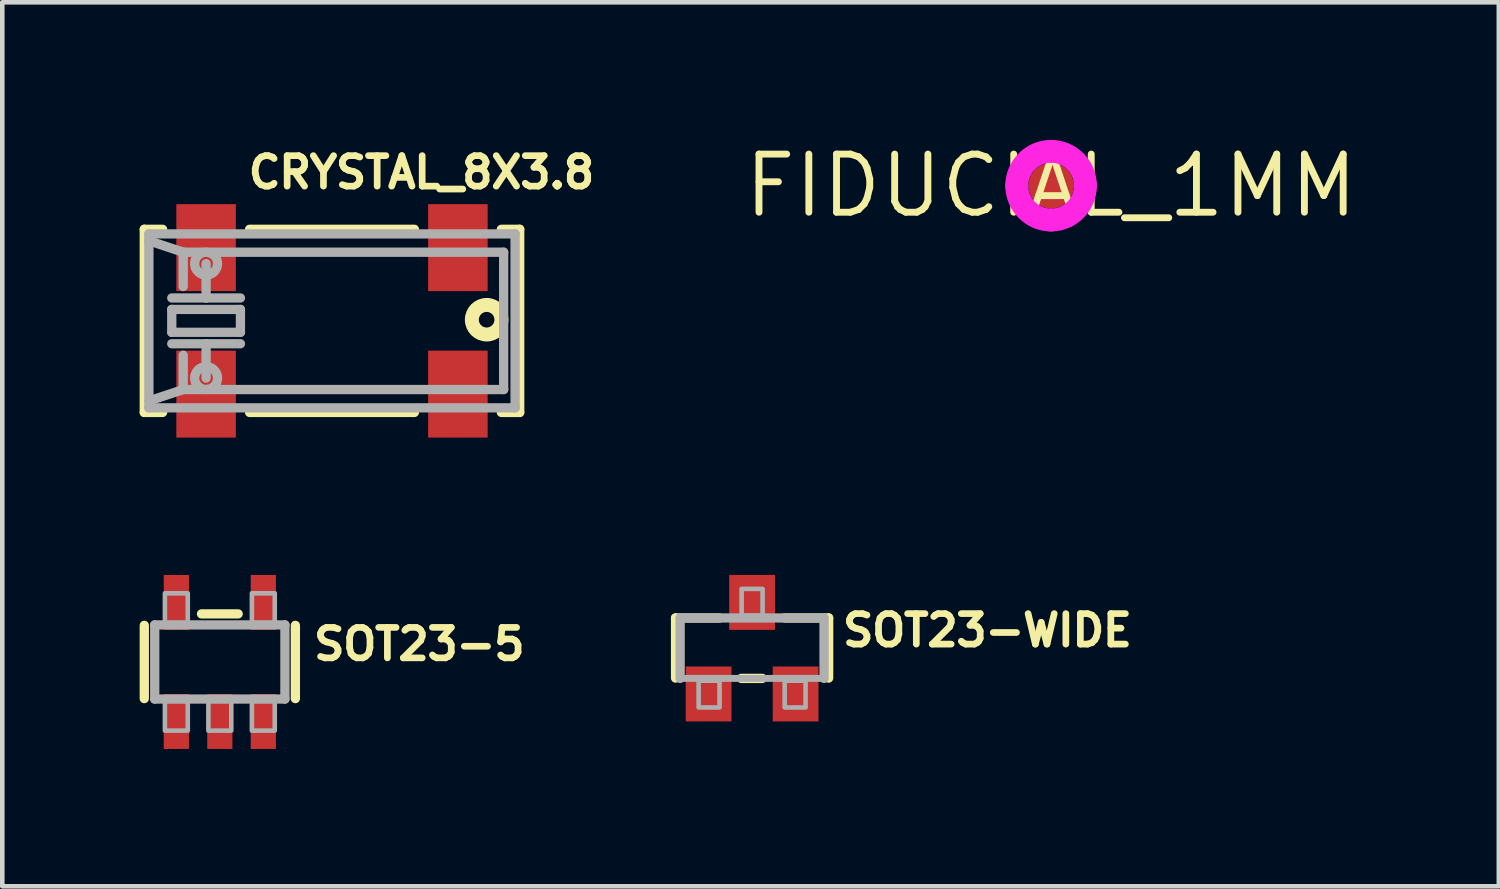
<source format=kicad_pcb>
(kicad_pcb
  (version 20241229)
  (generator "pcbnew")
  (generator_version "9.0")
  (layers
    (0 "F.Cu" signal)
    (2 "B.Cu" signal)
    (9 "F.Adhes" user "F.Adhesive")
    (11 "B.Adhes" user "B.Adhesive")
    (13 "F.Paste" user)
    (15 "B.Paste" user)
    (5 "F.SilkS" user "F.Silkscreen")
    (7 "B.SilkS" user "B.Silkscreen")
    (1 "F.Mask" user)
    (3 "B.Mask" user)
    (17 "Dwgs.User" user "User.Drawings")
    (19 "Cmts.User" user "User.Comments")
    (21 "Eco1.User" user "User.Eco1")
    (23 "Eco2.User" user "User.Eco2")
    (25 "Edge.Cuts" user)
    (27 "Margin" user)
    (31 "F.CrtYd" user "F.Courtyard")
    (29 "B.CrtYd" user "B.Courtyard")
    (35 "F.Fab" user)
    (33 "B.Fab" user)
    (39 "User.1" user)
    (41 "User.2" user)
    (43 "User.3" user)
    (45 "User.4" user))
  (footprint "SOT23-WIDE"
    (layer "F.Cu")
    (at 13.379 11.109)
    (property "Reference" "SOT23-WIDE" (at 1.905 0 0) (layer "F.SilkS") (effects (font (size 0.666 0.666) (thickness 0.146)) (justify left bottom)))
    (fp_line (start -1.672 -0.66) (end -0.714 -0.66) (stroke (width 0.203) (type solid)) (layer "F.SilkS"))
    (fp_line (start -1.672 0.652) (end -1.672 -0.66) (stroke (width 0.203) (type solid)) (layer "F.SilkS"))
    (fp_line (start 0.222 0.66) (end -0.236 0.66) (stroke (width 0.203) (type solid)) (layer "F.SilkS"))
    (fp_line (start 0.714 -0.66) (end 1.672 -0.66) (stroke (width 0.203) (type solid)) (layer "F.SilkS"))
    (fp_line (start 1.672 -0.66) (end 1.672 0.652) (stroke (width 0.203) (type solid)) (layer "F.SilkS"))
    (fp_line (start -1.572 -0.66) (end 1.572 -0.66) (stroke (width 0.203) (type solid)) (layer "F.Fab"))
    (fp_line (start -1.572 0.66) (end -1.572 -0.66) (stroke (width 0.203) (type solid)) (layer "F.Fab"))
    (fp_line (start 1.572 -0.66) (end 1.572 0.66) (stroke (width 0.203) (type solid)) (layer "F.Fab"))
    (fp_line (start 1.572 0.66) (end -1.572 0.66) (stroke (width 0.152) (type solid)) (layer "F.Fab"))
    (fp_poly (pts (xy -1.168 1.295) (xy -0.711 1.295) (xy -0.711 0.711) (xy -1.168 0.711)) (stroke (width 0.1) (type solid)) (fill no) (layer "F.Fab"))
    (fp_poly (pts (xy -0.229 -0.711) (xy 0.229 -0.711) (xy 0.229 -1.295) (xy -0.229 -1.295)) (stroke (width 0.1) (type solid)) (fill no) (layer "F.Fab"))
    (fp_poly (pts (xy 0.711 1.295) (xy 1.168 1.295) (xy 1.168 0.711) (xy 0.711 0.711)) (stroke (width 0.1) (type solid)) (fill no) (layer "F.Fab"))
    (pad "1" smd rect (at -0.95 1) (size 1 1.2) (layers "F.Cu" "F.Mask" "F.Paste"))
    (pad "2" smd rect (at 0.95 1) (size 1 1.2) (layers "F.Cu" "F.Mask" "F.Paste"))
    (pad "3" smd rect (at 0 -1) (size 1 1.2) (layers "F.Cu" "F.Mask" "F.Paste")))
  (footprint "CRYSTAL_8X3.8"
    (layer "F.Cu")
    (at 4.202 3.959)
    (property "Reference" "CRYSTAL_8X3.8" (at -1.9 -2.854 0) (layer "F.SilkS") (effects (font (size 0.666 0.666) (thickness 0.146)) (justify left bottom)))
    (fp_line (start -4.1 -2) (end -4.1 2) (stroke (width 0.203) (type solid)) (layer "F.SilkS"))
    (fp_line (start -4.1 2) (end -3.7 2) (stroke (width 0.203) (type solid)) (layer "F.SilkS"))
    (fp_line (start -3.7 -2) (end -4.1 -2) (stroke (width 0.203) (type solid)) (layer "F.SilkS"))
    (fp_line (start -1.8 -2) (end 1.8 -2) (stroke (width 0.203) (type solid)) (layer "F.SilkS"))
    (fp_line (start -1.8 2) (end 1.8 2) (stroke (width 0.203) (type solid)) (layer "F.SilkS"))
    (fp_line (start 3.7 -2) (end 4.1 -2) (stroke (width 0.203) (type solid)) (layer "F.SilkS"))
    (fp_line (start 4.1 -2) (end 4.1 2) (stroke (width 0.203) (type solid)) (layer "F.SilkS"))
    (fp_line (start 4.1 2) (end 3.7 2) (stroke (width 0.203) (type solid)) (layer "F.SilkS"))
    (fp_circle (center 3.378 -0.025) (end 3.701 -0.025) (stroke (width 0.305) (type solid)) (fill no) (layer "F.SilkS"))
    (fp_line (start -4 -1.9) (end 4 -1.9) (stroke (width 0.203) (type solid)) (layer "F.Fab"))
    (fp_line (start -4 -1.75) (end -4 -1.9) (stroke (width 0.203) (type solid)) (layer "F.Fab"))
    (fp_line (start -4 -1.75) (end -3.25 -1.5) (stroke (width 0.203) (type solid)) (layer "F.Fab"))
    (fp_line (start -4 1.75) (end -4 -1.75) (stroke (width 0.203) (type solid)) (layer "F.Fab"))
    (fp_line (start -4 1.75) (end -3.25 1.5) (stroke (width 0.203) (type solid)) (layer "F.Fab"))
    (fp_line (start -4 1.9) (end -4 1.75) (stroke (width 0.203) (type solid)) (layer "F.Fab"))
    (fp_line (start -3.5 -0.5) (end -2.75 -0.5) (stroke (width 0.203) (type solid)) (layer "F.Fab"))
    (fp_line (start -3.5 -0.25) (end -2 -0.25) (stroke (width 0.203) (type solid)) (layer "F.Fab"))
    (fp_line (start -3.5 0.25) (end -3.5 -0.25) (stroke (width 0.203) (type solid)) (layer "F.Fab"))
    (fp_line (start -3.5 0.5) (end -2.75 0.5) (stroke (width 0.203) (type solid)) (layer "F.Fab"))
    (fp_line (start -3.25 -1.5) (end -3.25 -0.75) (stroke (width 0.203) (type solid)) (layer "F.Fab"))
    (fp_line (start -3.25 -1.5) (end 3.75 -1.5) (stroke (width 0.203) (type solid)) (layer "F.Fab"))
    (fp_line (start -3.25 1.5) (end -3.25 0.75) (stroke (width 0.203) (type solid)) (layer "F.Fab"))
    (fp_line (start -2.75 -0.5) (end -2.75 -1.25) (stroke (width 0.203) (type solid)) (layer "F.Fab"))
    (fp_line (start -2.75 -0.5) (end -2 -0.5) (stroke (width 0.203) (type solid)) (layer "F.Fab"))
    (fp_line (start -2.75 0.5) (end -2.75 1.25) (stroke (width 0.203) (type solid)) (layer "F.Fab"))
    (fp_line (start -2.75 0.5) (end -2 0.5) (stroke (width 0.203) (type solid)) (layer "F.Fab"))
    (fp_line (start -2 -0.25) (end -2 0.25) (stroke (width 0.203) (type solid)) (layer "F.Fab"))
    (fp_line (start -2 0.25) (end -3.5 0.25) (stroke (width 0.203) (type solid)) (layer "F.Fab"))
    (fp_line (start 3.75 -1.5) (end 3.75 1.5) (stroke (width 0.203) (type solid)) (layer "F.Fab"))
    (fp_line (start 3.75 1.5) (end -3.25 1.5) (stroke (width 0.203) (type solid)) (layer "F.Fab"))
    (fp_line (start 4 -1.9) (end 4 1.9) (stroke (width 0.203) (type solid)) (layer "F.Fab"))
    (fp_line (start 4 1.9) (end -4 1.9) (stroke (width 0.203) (type solid)) (layer "F.Fab"))
    (fp_circle (center -2.75 -1.25) (end -2.5 -1.25) (stroke (width 0.203) (type solid)) (fill no) (layer "F.Fab"))
    (fp_circle (center -2.75 1.25) (end -2.5 1.25) (stroke (width 0.203) (type solid)) (fill no) (layer "F.Fab"))
    (pad "P$1" smd rect (at -2.75 1.6) (size 1.3 1.9) (layers "F.Cu" "F.Mask" "F.Paste"))
    (pad "P$2" smd rect (at 2.75 1.6) (size 1.3 1.9) (layers "F.Cu" "F.Mask" "F.Paste"))
    (pad "P$3" smd rect (at 2.75 -1.6) (size 1.3 1.9) (layers "F.Cu" "F.Mask" "F.Paste"))
    (pad "P$4" smd rect (at -2.75 -1.6) (size 1.3 1.9) (layers "F.Cu" "F.Mask" "F.Paste")))
  (footprint "FIDUCIAL_1MM"
    (layer "F.Cu")
    (at 19.91 1.006)
    (property "Reference" "FIDUCIAL_1MM" (at 0 0 0) (layer "F.SilkS") (effects (font (size 1.27 1.27) (thickness 0.15))))
    (fp_arc (start -0.75 0) (mid -0.53033 -0.53033) (end 0 -0.75) (stroke (width 0.5) (type solid)) (layer "F.Mask"))
    (fp_arc (start 0 -0.75) (mid 0.53033 -0.53033) (end 0.75 0) (stroke (width 0.5) (type solid)) (layer "F.Mask"))
    (fp_arc (start 0 0.75) (mid -0.53033 0.53033) (end -0.75 0) (stroke (width 0.5) (type solid)) (layer "F.Mask"))
    (fp_arc (start 0.75 0) (mid 0.53033 0.53033) (end 0 0.75) (stroke (width 0.5) (type solid)) (layer "F.Mask"))
    (fp_arc (start -0.75 0) (mid -0.53033 -0.53033) (end 0 -0.75) (stroke (width 0.5) (type solid)) (layer "F.CrtYd"))
    (fp_arc (start 0 -0.75) (mid 0.53033 -0.53033) (end 0.75 0) (stroke (width 0.5) (type solid)) (layer "F.CrtYd"))
    (fp_arc (start 0 0.75) (mid -0.53033 0.53033) (end -0.75 0) (stroke (width 0.5) (type solid)) (layer "F.CrtYd"))
    (fp_arc (start 0.75 0) (mid 0.53033 0.53033) (end 0 0.75) (stroke (width 0.5) (type solid)) (layer "F.CrtYd"))
    (pad "1" smd roundrect (at 0 0) (size 1 1) (layers "F.Cu" "F.Mask") (roundrect_rratio 0.5)))
  (footprint "SOT23-5"
    (layer "F.Cu")
    (at 1.752 11.41)
    (property "Reference" "SOT23-5" (at 1.978 0 0) (layer "F.SilkS") (effects (font (size 0.666 0.666) (thickness 0.146)) (justify left bottom)))
    (fp_line (start -1.65 -0.8) (end -1.65 0.8) (stroke (width 0.203) (type solid)) (layer "F.SilkS"))
    (fp_line (start -0.4 -1.05) (end 0.4 -1.05) (stroke (width 0.203) (type solid)) (layer "F.SilkS"))
    (fp_line (start 1.65 -0.8) (end 1.65 0.8) (stroke (width 0.203) (type solid)) (layer "F.SilkS"))
    (fp_line (start -1.422 -0.81) (end 1.422 -0.81) (stroke (width 0.203) (type solid)) (layer "F.Fab"))
    (fp_line (start -1.422 0.81) (end -1.422 -0.81) (stroke (width 0.203) (type solid)) (layer "F.Fab"))
    (fp_line (start 1.422 -0.81) (end 1.422 0.81) (stroke (width 0.203) (type solid)) (layer "F.Fab"))
    (fp_line (start 1.422 0.81) (end -1.422 0.81) (stroke (width 0.203) (type solid)) (layer "F.Fab"))
    (fp_poly (pts (xy -1.2 -0.85) (xy -0.7 -0.85) (xy -0.7 -1.5) (xy -1.2 -1.5)) (stroke (width 0.1) (type solid)) (fill no) (layer "F.Fab"))
    (fp_poly (pts (xy -1.2 1.5) (xy -0.7 1.5) (xy -0.7 0.85) (xy -1.2 0.85)) (stroke (width 0.1) (type solid)) (fill no) (layer "F.Fab"))
    (fp_poly (pts (xy -0.25 1.5) (xy 0.25 1.5) (xy 0.25 0.85) (xy -0.25 0.85)) (stroke (width 0.1) (type solid)) (fill no) (layer "F.Fab"))
    (fp_poly (pts (xy 0.7 -0.85) (xy 1.2 -0.85) (xy 1.2 -1.5) (xy 0.7 -1.5)) (stroke (width 0.1) (type solid)) (fill no) (layer "F.Fab"))
    (fp_poly (pts (xy 0.7 1.5) (xy 1.2 1.5) (xy 1.2 0.85) (xy 0.7 0.85)) (stroke (width 0.1) (type solid)) (fill no) (layer "F.Fab"))
    (pad "1" smd rect (at -0.95 1.3) (size 0.55 1.2) (layers "F.Cu" "F.Mask" "F.Paste"))
    (pad "2" smd rect (at 0 1.3) (size 0.55 1.2) (layers "F.Cu" "F.Mask" "F.Paste"))
    (pad "3" smd rect (at 0.95 1.3) (size 0.55 1.2) (layers "F.Cu" "F.Mask" "F.Paste"))
    (pad "4" smd rect (at 0.95 -1.3) (size 0.55 1.2) (layers "F.Cu" "F.Mask" "F.Paste"))
    (pad "5" smd rect (at -0.95 -1.3) (size 0.55 1.2) (layers "F.Cu" "F.Mask" "F.Paste")))
  (gr_rect
    (start -3 -3)
    (end 29.69 16.31)
    (stroke (width 0.1) (type default))
    (fill no)
    (layer "Edge.Cuts")))
</source>
